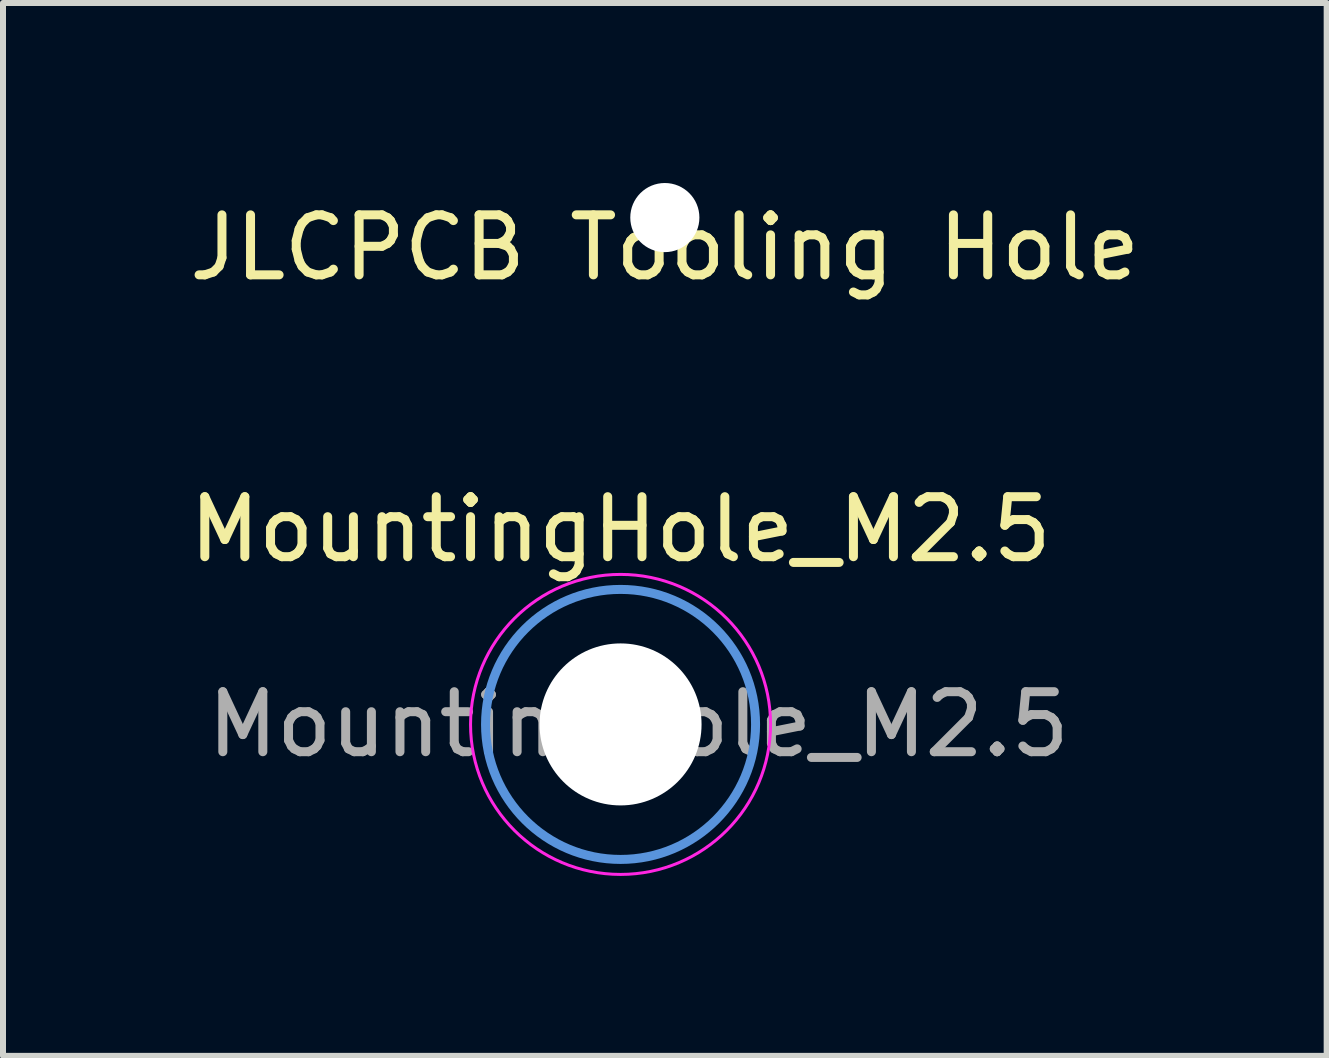
<source format=kicad_pcb>
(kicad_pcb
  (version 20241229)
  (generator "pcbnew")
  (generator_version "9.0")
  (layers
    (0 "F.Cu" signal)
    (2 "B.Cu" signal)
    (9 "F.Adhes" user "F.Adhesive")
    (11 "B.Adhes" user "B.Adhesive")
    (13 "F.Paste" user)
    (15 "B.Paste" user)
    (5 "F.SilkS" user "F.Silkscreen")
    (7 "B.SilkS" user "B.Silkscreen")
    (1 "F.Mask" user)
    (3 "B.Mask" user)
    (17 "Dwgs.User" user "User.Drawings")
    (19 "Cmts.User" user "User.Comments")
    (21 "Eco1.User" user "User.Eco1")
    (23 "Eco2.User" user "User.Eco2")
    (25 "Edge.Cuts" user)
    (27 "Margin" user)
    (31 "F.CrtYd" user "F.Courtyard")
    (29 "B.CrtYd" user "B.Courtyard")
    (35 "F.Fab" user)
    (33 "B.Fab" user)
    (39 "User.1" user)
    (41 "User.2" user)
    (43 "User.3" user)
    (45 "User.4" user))
  (footprint "JLCPCB Tooling Hole"
    (layer "F.Cu")
    (at 8.03 0.576)
    (property "Reference" "JLCPCB Tooling Hole" (at 0 0.5 0) (layer "F.SilkS") (effects (font (size 1 1) (thickness 0.15))))
    (attr through_hole)
    (pad "" np_thru_hole circle (at 0 0) (size 1.152 1.152) (drill 1.152) (layers "*.Cu" "*.Mask")))
  (footprint "MountingHole_M2.5"
    (layer "F.Cu")
    (at 7.292 9.023)
    (property "Reference" "MountingHole_M2.5" (at 0 -3.25 0) (layer "F.SilkS") (effects (font (size 1 1) (thickness 0.15))))
    (attr exclude_from_pos_files exclude_from_bom)
    (fp_circle (center 0 0) (end 2.25 0) (stroke (width 0.15) (type solid)) (fill no) (layer "Cmts.User"))
    (fp_circle (center 0 0) (end 2.5 0) (stroke (width 0.05) (type solid)) (fill no) (layer "F.CrtYd"))
    (fp_text user "${REFERENCE}" (at 0.3 0 0) (layer "F.Fab") (effects (font (size 1 1) (thickness 0.15))))
    (pad "" np_thru_hole circle (at 0 0) (size 2.7 2.7) (drill 2.7) (layers "*.Cu" "*.Mask")))
  (gr_rect
    (start -3 -3)
    (end 19.06 14.547)
    (stroke (width 0.1) (type default))
    (fill no)
    (layer "Edge.Cuts")))
</source>
